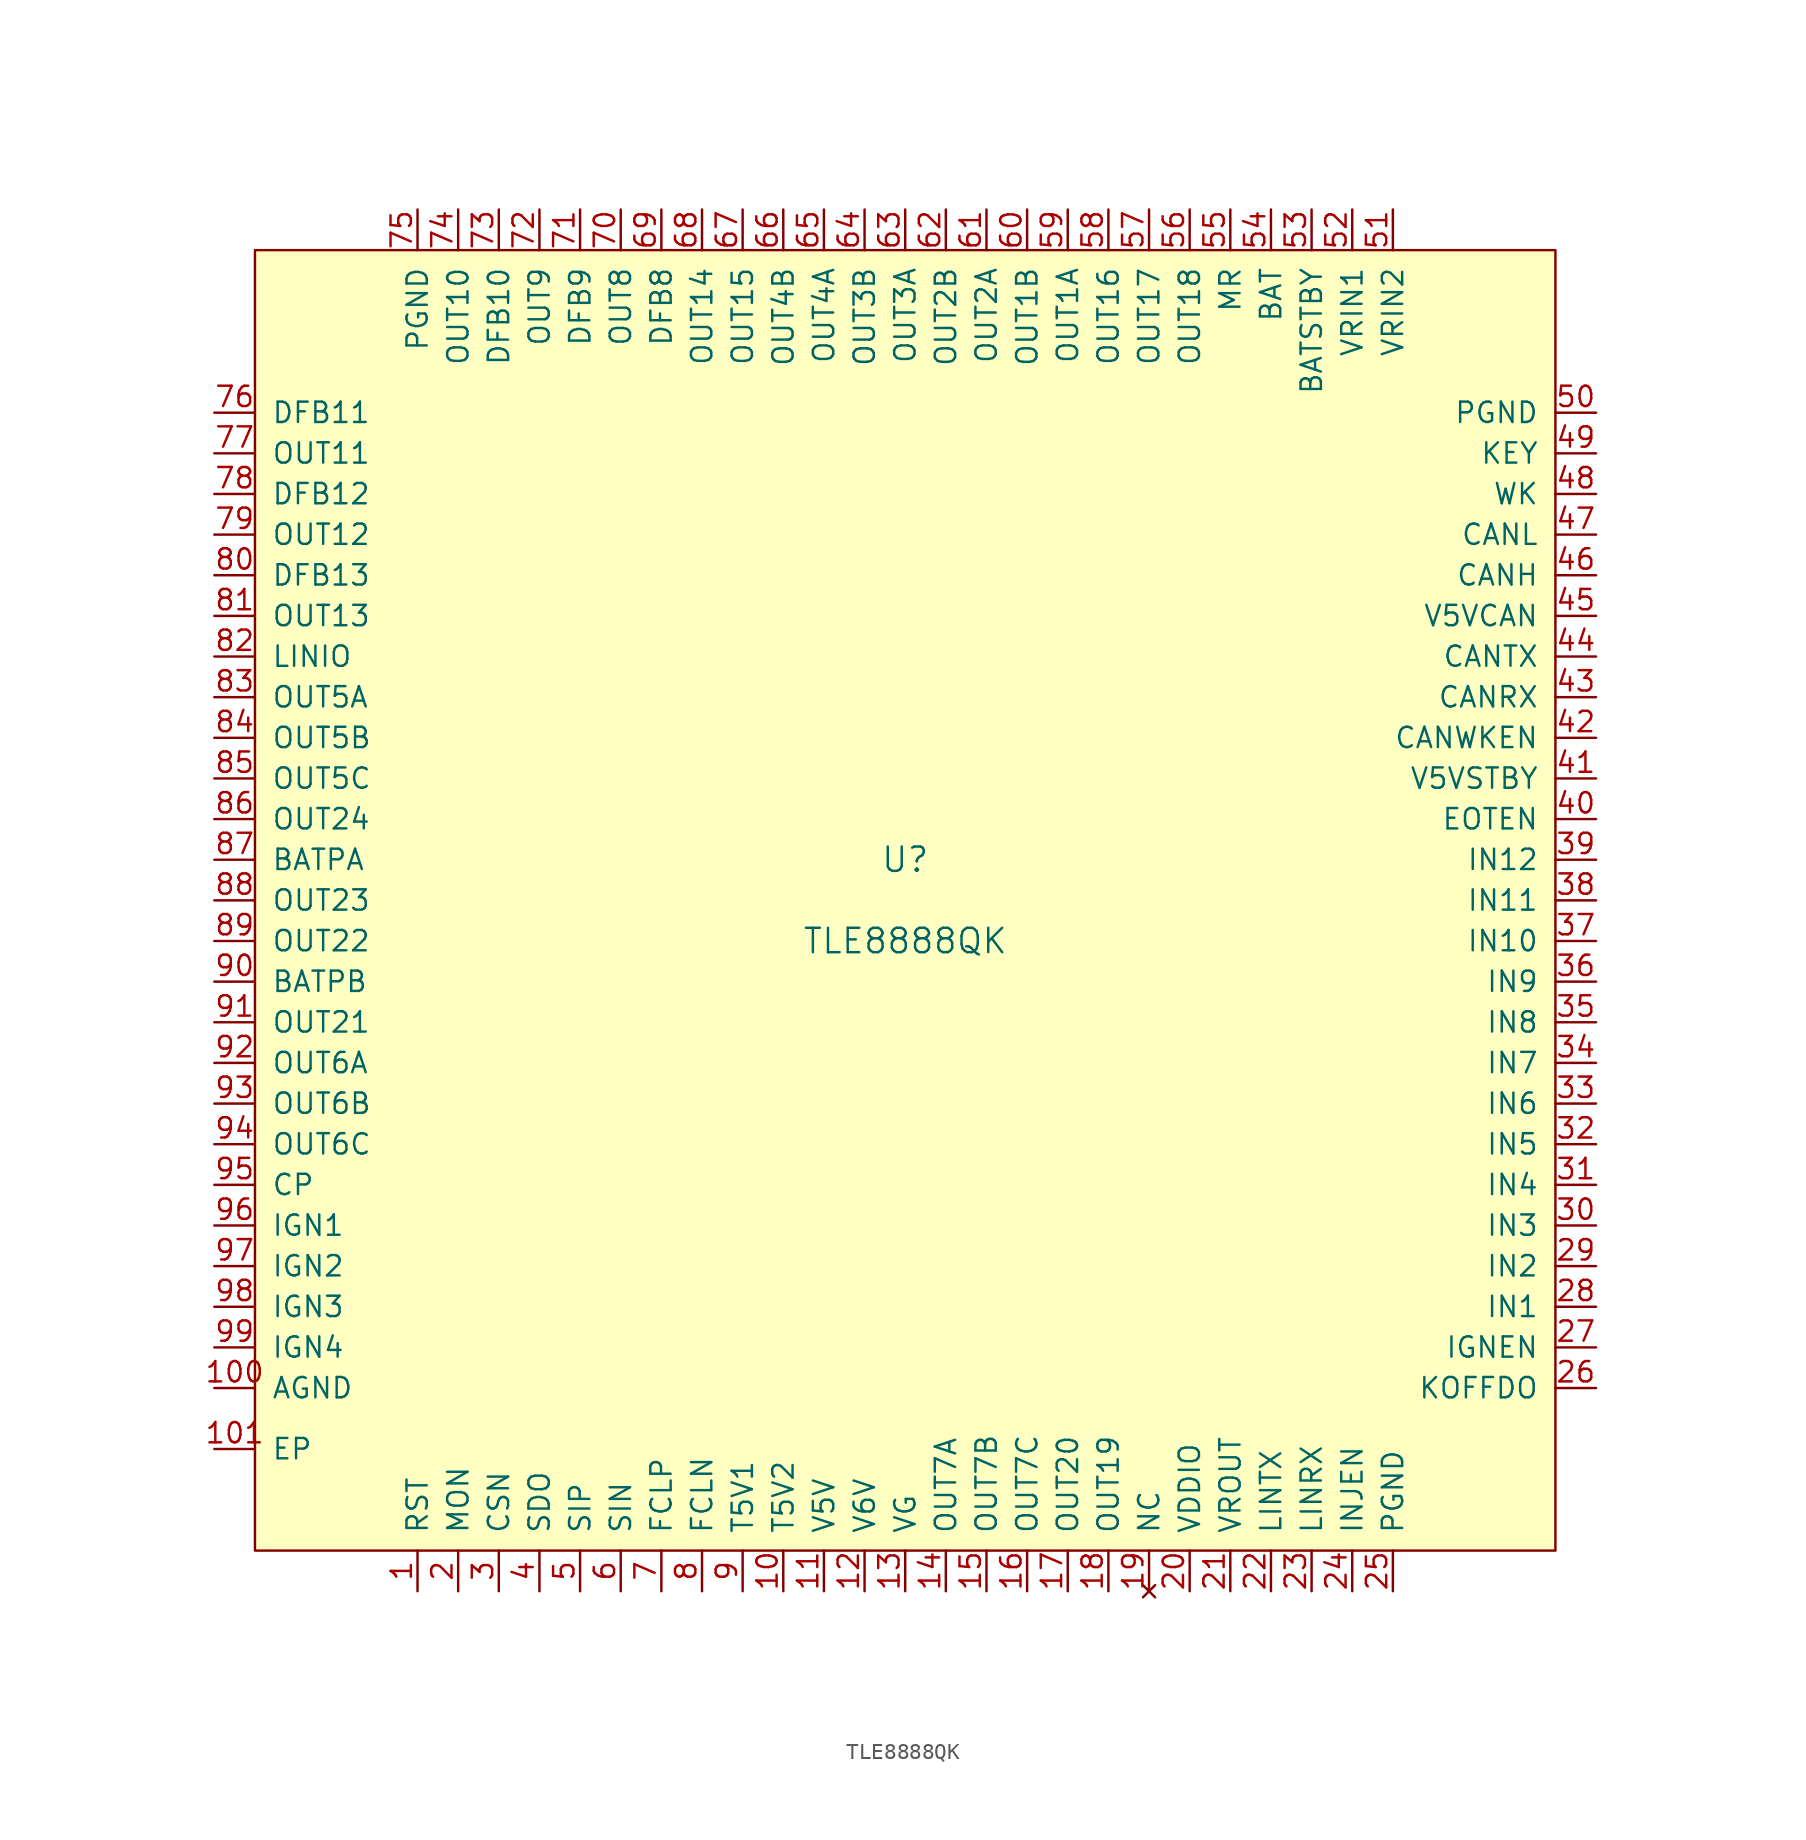
<source format=kicad_sym>
(kicad_symbol_lib
  (version 20211014)
  (generator kicad_symbol_editor)
  (symbol "TLE8888QK"
    (pin_names
      (offset 1.016))
    (property "Reference" "U"
      (at 0 2.54 0)
      (effects (font (size 1.524 1.524))))
    (property "Value" "TLE8888QK"
      (at 0 -2.54 0)
      (effects (font (size 1.524 1.524))))
    (symbol "TLE8888QK_0_1"
      (rectangle (start -40.64 40.64) (end 40.64 -40.64) (stroke (width 0) (type default) (color 0 0 0 0)) (fill (type background))))
    (symbol "TLE8888QK_1_1"
      (pin bidirectional line (at -30.48 -43.18 90) (length 2.54) (name "RST" (effects (font (size 1.27 1.27)))) (number "1" (effects (font (size 1.27 1.27)))))
      (pin power_out line (at -7.62 -43.18 90) (length 2.54) (name "T5V2" (effects (font (size 1.27 1.27)))) (number "10" (effects (font (size 1.27 1.27)))))
      (pin power_in line (at -43.18 -30.48 0) (length 2.54) (name "AGND" (effects (font (size 1.27 1.27)))) (number "100" (effects (font (size 1.27 1.27)))))
      (pin power_in line (at -43.18 -34.29 0) (length 2.54) (name "EP" (effects (font (size 1.27 1.27)))) (number "101" (effects (font (size 1.27 1.27)))))
      (pin power_out line (at -5.08 -43.18 90) (length 2.54) (name "V5V" (effects (font (size 1.27 1.27)))) (number "11" (effects (font (size 1.27 1.27)))))
      (pin power_in line (at -2.54 -43.18 90) (length 2.54) (name "V6V" (effects (font (size 1.27 1.27)))) (number "12" (effects (font (size 1.27 1.27)))))
      (pin output line (at 0 -43.18 90) (length 2.54) (name "VG" (effects (font (size 1.27 1.27)))) (number "13" (effects (font (size 1.27 1.27)))))
      (pin output line (at 2.54 -43.18 90) (length 2.54) (name "OUT7A" (effects (font (size 1.27 1.27)))) (number "14" (effects (font (size 1.27 1.27)))))
      (pin output line (at 5.08 -43.18 90) (length 2.54) (name "OUT7B" (effects (font (size 1.27 1.27)))) (number "15" (effects (font (size 1.27 1.27)))))
      (pin output line (at 7.62 -43.18 90) (length 2.54) (name "OUT7C" (effects (font (size 1.27 1.27)))) (number "16" (effects (font (size 1.27 1.27)))))
      (pin output line (at 10.16 -43.18 90) (length 2.54) (name "OUT20" (effects (font (size 1.27 1.27)))) (number "17" (effects (font (size 1.27 1.27)))))
      (pin output line (at 12.7 -43.18 90) (length 2.54) (name "OUT19" (effects (font (size 1.27 1.27)))) (number "18" (effects (font (size 1.27 1.27)))))
      (pin no_connect line (at 15.24 -43.18 90) (length 2.54) (name "NC" (effects (font (size 1.27 1.27)))) (number "19" (effects (font (size 1.27 1.27)))))
      (pin bidirectional line (at -27.94 -43.18 90) (length 2.54) (name "MON" (effects (font (size 1.27 1.27)))) (number "2" (effects (font (size 1.27 1.27)))))
      (pin power_in line (at 17.78 -43.18 90) (length 2.54) (name "VDDIO" (effects (font (size 1.27 1.27)))) (number "20" (effects (font (size 1.27 1.27)))))
      (pin output line (at 20.32 -43.18 90) (length 2.54) (name "VROUT" (effects (font (size 1.27 1.27)))) (number "21" (effects (font (size 1.27 1.27)))))
      (pin input line (at 22.86 -43.18 90) (length 2.54) (name "LINTX" (effects (font (size 1.27 1.27)))) (number "22" (effects (font (size 1.27 1.27)))))
      (pin output line (at 25.4 -43.18 90) (length 2.54) (name "LINRX" (effects (font (size 1.27 1.27)))) (number "23" (effects (font (size 1.27 1.27)))))
      (pin input line (at 27.94 -43.18 90) (length 2.54) (name "INJEN" (effects (font (size 1.27 1.27)))) (number "24" (effects (font (size 1.27 1.27)))))
      (pin power_in line (at 30.48 -43.18 90) (length 2.54) (name "PGND" (effects (font (size 1.27 1.27)))) (number "25" (effects (font (size 1.27 1.27)))))
      (pin output line (at 43.18 -30.48 180) (length 2.54) (name "KOFFDO" (effects (font (size 1.27 1.27)))) (number "26" (effects (font (size 1.27 1.27)))))
      (pin input line (at 43.18 -27.94 180) (length 2.54) (name "IGNEN" (effects (font (size 1.27 1.27)))) (number "27" (effects (font (size 1.27 1.27)))))
      (pin input line (at 43.18 -25.4 180) (length 2.54) (name "IN1" (effects (font (size 1.27 1.27)))) (number "28" (effects (font (size 1.27 1.27)))))
      (pin input line (at 43.18 -22.86 180) (length 2.54) (name "IN2" (effects (font (size 1.27 1.27)))) (number "29" (effects (font (size 1.27 1.27)))))
      (pin input line (at -25.4 -43.18 90) (length 2.54) (name "CSN" (effects (font (size 1.27 1.27)))) (number "3" (effects (font (size 1.27 1.27)))))
      (pin input line (at 43.18 -20.32 180) (length 2.54) (name "IN3" (effects (font (size 1.27 1.27)))) (number "30" (effects (font (size 1.27 1.27)))))
      (pin input line (at 43.18 -17.78 180) (length 2.54) (name "IN4" (effects (font (size 1.27 1.27)))) (number "31" (effects (font (size 1.27 1.27)))))
      (pin input line (at 43.18 -15.24 180) (length 2.54) (name "IN5" (effects (font (size 1.27 1.27)))) (number "32" (effects (font (size 1.27 1.27)))))
      (pin input line (at 43.18 -12.7 180) (length 2.54) (name "IN6" (effects (font (size 1.27 1.27)))) (number "33" (effects (font (size 1.27 1.27)))))
      (pin input line (at 43.18 -10.16 180) (length 2.54) (name "IN7" (effects (font (size 1.27 1.27)))) (number "34" (effects (font (size 1.27 1.27)))))
      (pin input line (at 43.18 -7.62 180) (length 2.54) (name "IN8" (effects (font (size 1.27 1.27)))) (number "35" (effects (font (size 1.27 1.27)))))
      (pin input line (at 43.18 -5.08 180) (length 2.54) (name "IN9" (effects (font (size 1.27 1.27)))) (number "36" (effects (font (size 1.27 1.27)))))
      (pin input line (at 43.18 -2.54 180) (length 2.54) (name "IN10" (effects (font (size 1.27 1.27)))) (number "37" (effects (font (size 1.27 1.27)))))
      (pin input line (at 43.18 0 180) (length 2.54) (name "IN11" (effects (font (size 1.27 1.27)))) (number "38" (effects (font (size 1.27 1.27)))))
      (pin input line (at 43.18 2.54 180) (length 2.54) (name "IN12" (effects (font (size 1.27 1.27)))) (number "39" (effects (font (size 1.27 1.27)))))
      (pin output line (at -22.86 -43.18 90) (length 2.54) (name "SDO" (effects (font (size 1.27 1.27)))) (number "4" (effects (font (size 1.27 1.27)))))
      (pin input line (at 43.18 5.08 180) (length 2.54) (name "EOTEN" (effects (font (size 1.27 1.27)))) (number "40" (effects (font (size 1.27 1.27)))))
      (pin power_out line (at 43.18 7.62 180) (length 2.54) (name "V5VSTBY" (effects (font (size 1.27 1.27)))) (number "41" (effects (font (size 1.27 1.27)))))
      (pin input line (at 43.18 10.16 180) (length 2.54) (name "CANWKEN" (effects (font (size 1.27 1.27)))) (number "42" (effects (font (size 1.27 1.27)))))
      (pin output line (at 43.18 12.7 180) (length 2.54) (name "CANRX" (effects (font (size 1.27 1.27)))) (number "43" (effects (font (size 1.27 1.27)))))
      (pin input line (at 43.18 15.24 180) (length 2.54) (name "CANTX" (effects (font (size 1.27 1.27)))) (number "44" (effects (font (size 1.27 1.27)))))
      (pin power_in line (at 43.18 17.78 180) (length 2.54) (name "V5VCAN" (effects (font (size 1.27 1.27)))) (number "45" (effects (font (size 1.27 1.27)))))
      (pin bidirectional line (at 43.18 20.32 180) (length 2.54) (name "CANH" (effects (font (size 1.27 1.27)))) (number "46" (effects (font (size 1.27 1.27)))))
      (pin bidirectional line (at 43.18 22.86 180) (length 2.54) (name "CANL" (effects (font (size 1.27 1.27)))) (number "47" (effects (font (size 1.27 1.27)))))
      (pin input line (at 43.18 25.4 180) (length 2.54) (name "WK" (effects (font (size 1.27 1.27)))) (number "48" (effects (font (size 1.27 1.27)))))
      (pin input line (at 43.18 27.94 180) (length 2.54) (name "KEY" (effects (font (size 1.27 1.27)))) (number "49" (effects (font (size 1.27 1.27)))))
      (pin input line (at -20.32 -43.18 90) (length 2.54) (name "SIP" (effects (font (size 1.27 1.27)))) (number "5" (effects (font (size 1.27 1.27)))))
      (pin power_in line (at 43.18 30.48 180) (length 2.54) (name "PGND" (effects (font (size 1.27 1.27)))) (number "50" (effects (font (size 1.27 1.27)))))
      (pin input line (at 30.48 43.18 270) (length 2.54) (name "VRIN2" (effects (font (size 1.27 1.27)))) (number "51" (effects (font (size 1.27 1.27)))))
      (pin input line (at 27.94 43.18 270) (length 2.54) (name "VRIN1" (effects (font (size 1.27 1.27)))) (number "52" (effects (font (size 1.27 1.27)))))
      (pin power_in line (at 25.4 43.18 270) (length 2.54) (name "BATSTBY" (effects (font (size 1.27 1.27)))) (number "53" (effects (font (size 1.27 1.27)))))
      (pin power_in line (at 22.86 43.18 270) (length 2.54) (name "BAT" (effects (font (size 1.27 1.27)))) (number "54" (effects (font (size 1.27 1.27)))))
      (pin output line (at 20.32 43.18 270) (length 2.54) (name "MR" (effects (font (size 1.27 1.27)))) (number "55" (effects (font (size 1.27 1.27)))))
      (pin output line (at 17.78 43.18 270) (length 2.54) (name "OUT18" (effects (font (size 1.27 1.27)))) (number "56" (effects (font (size 1.27 1.27)))))
      (pin output line (at 15.24 43.18 270) (length 2.54) (name "OUT17" (effects (font (size 1.27 1.27)))) (number "57" (effects (font (size 1.27 1.27)))))
      (pin output line (at 12.7 43.18 270) (length 2.54) (name "OUT16" (effects (font (size 1.27 1.27)))) (number "58" (effects (font (size 1.27 1.27)))))
      (pin output line (at 10.16 43.18 270) (length 2.54) (name "OUT1A" (effects (font (size 1.27 1.27)))) (number "59" (effects (font (size 1.27 1.27)))))
      (pin input line (at -17.78 -43.18 90) (length 2.54) (name "SIN" (effects (font (size 1.27 1.27)))) (number "6" (effects (font (size 1.27 1.27)))))
      (pin output line (at 7.62 43.18 270) (length 2.54) (name "OUT1B" (effects (font (size 1.27 1.27)))) (number "60" (effects (font (size 1.27 1.27)))))
      (pin output line (at 5.08 43.18 270) (length 2.54) (name "OUT2A" (effects (font (size 1.27 1.27)))) (number "61" (effects (font (size 1.27 1.27)))))
      (pin output line (at 2.54 43.18 270) (length 2.54) (name "OUT2B" (effects (font (size 1.27 1.27)))) (number "62" (effects (font (size 1.27 1.27)))))
      (pin output line (at 0 43.18 270) (length 2.54) (name "OUT3A" (effects (font (size 1.27 1.27)))) (number "63" (effects (font (size 1.27 1.27)))))
      (pin output line (at -2.54 43.18 270) (length 2.54) (name "OUT3B" (effects (font (size 1.27 1.27)))) (number "64" (effects (font (size 1.27 1.27)))))
      (pin output line (at -5.08 43.18 270) (length 2.54) (name "OUT4A" (effects (font (size 1.27 1.27)))) (number "65" (effects (font (size 1.27 1.27)))))
      (pin output line (at -7.62 43.18 270) (length 2.54) (name "OUT4B" (effects (font (size 1.27 1.27)))) (number "66" (effects (font (size 1.27 1.27)))))
      (pin output line (at -10.16 43.18 270) (length 2.54) (name "OUT15" (effects (font (size 1.27 1.27)))) (number "67" (effects (font (size 1.27 1.27)))))
      (pin output line (at -12.7 43.18 270) (length 2.54) (name "OUT14" (effects (font (size 1.27 1.27)))) (number "68" (effects (font (size 1.27 1.27)))))
      (pin input line (at -15.24 43.18 270) (length 2.54) (name "DFB8" (effects (font (size 1.27 1.27)))) (number "69" (effects (font (size 1.27 1.27)))))
      (pin input line (at -15.24 -43.18 90) (length 2.54) (name "FCLP" (effects (font (size 1.27 1.27)))) (number "7" (effects (font (size 1.27 1.27)))))
      (pin output line (at -17.78 43.18 270) (length 2.54) (name "OUT8" (effects (font (size 1.27 1.27)))) (number "70" (effects (font (size 1.27 1.27)))))
      (pin input line (at -20.32 43.18 270) (length 2.54) (name "DFB9" (effects (font (size 1.27 1.27)))) (number "71" (effects (font (size 1.27 1.27)))))
      (pin output line (at -22.86 43.18 270) (length 2.54) (name "OUT9" (effects (font (size 1.27 1.27)))) (number "72" (effects (font (size 1.27 1.27)))))
      (pin input line (at -25.4 43.18 270) (length 2.54) (name "DFB10" (effects (font (size 1.27 1.27)))) (number "73" (effects (font (size 1.27 1.27)))))
      (pin output line (at -27.94 43.18 270) (length 2.54) (name "OUT10" (effects (font (size 1.27 1.27)))) (number "74" (effects (font (size 1.27 1.27)))))
      (pin power_in line (at -30.48 43.18 270) (length 2.54) (name "PGND" (effects (font (size 1.27 1.27)))) (number "75" (effects (font (size 1.27 1.27)))))
      (pin input line (at -43.18 30.48 0) (length 2.54) (name "DFB11" (effects (font (size 1.27 1.27)))) (number "76" (effects (font (size 1.27 1.27)))))
      (pin output line (at -43.18 27.94 0) (length 2.54) (name "OUT11" (effects (font (size 1.27 1.27)))) (number "77" (effects (font (size 1.27 1.27)))))
      (pin input line (at -43.18 25.4 0) (length 2.54) (name "DFB12" (effects (font (size 1.27 1.27)))) (number "78" (effects (font (size 1.27 1.27)))))
      (pin output line (at -43.18 22.86 0) (length 2.54) (name "OUT12" (effects (font (size 1.27 1.27)))) (number "79" (effects (font (size 1.27 1.27)))))
      (pin input line (at -12.7 -43.18 90) (length 2.54) (name "FCLN" (effects (font (size 1.27 1.27)))) (number "8" (effects (font (size 1.27 1.27)))))
      (pin input line (at -43.18 20.32 0) (length 2.54) (name "DFB13" (effects (font (size 1.27 1.27)))) (number "80" (effects (font (size 1.27 1.27)))))
      (pin output line (at -43.18 17.78 0) (length 2.54) (name "OUT13" (effects (font (size 1.27 1.27)))) (number "81" (effects (font (size 1.27 1.27)))))
      (pin bidirectional line (at -43.18 15.24 0) (length 2.54) (name "LINIO" (effects (font (size 1.27 1.27)))) (number "82" (effects (font (size 1.27 1.27)))))
      (pin output line (at -43.18 12.7 0) (length 2.54) (name "OUT5A" (effects (font (size 1.27 1.27)))) (number "83" (effects (font (size 1.27 1.27)))))
      (pin output line (at -43.18 10.16 0) (length 2.54) (name "OUT5B" (effects (font (size 1.27 1.27)))) (number "84" (effects (font (size 1.27 1.27)))))
      (pin output line (at -43.18 7.62 0) (length 2.54) (name "OUT5C" (effects (font (size 1.27 1.27)))) (number "85" (effects (font (size 1.27 1.27)))))
      (pin output line (at -43.18 5.08 0) (length 2.54) (name "OUT24" (effects (font (size 1.27 1.27)))) (number "86" (effects (font (size 1.27 1.27)))))
      (pin power_in line (at -43.18 2.54 0) (length 2.54) (name "BATPA" (effects (font (size 1.27 1.27)))) (number "87" (effects (font (size 1.27 1.27)))))
      (pin output line (at -43.18 0 0) (length 2.54) (name "OUT23" (effects (font (size 1.27 1.27)))) (number "88" (effects (font (size 1.27 1.27)))))
      (pin output line (at -43.18 -2.54 0) (length 2.54) (name "OUT22" (effects (font (size 1.27 1.27)))) (number "89" (effects (font (size 1.27 1.27)))))
      (pin power_out line (at -10.16 -43.18 90) (length 2.54) (name "T5V1" (effects (font (size 1.27 1.27)))) (number "9" (effects (font (size 1.27 1.27)))))
      (pin power_in line (at -43.18 -5.08 0) (length 2.54) (name "BATPB" (effects (font (size 1.27 1.27)))) (number "90" (effects (font (size 1.27 1.27)))))
      (pin output line (at -43.18 -7.62 0) (length 2.54) (name "OUT21" (effects (font (size 1.27 1.27)))) (number "91" (effects (font (size 1.27 1.27)))))
      (pin output line (at -43.18 -10.16 0) (length 2.54) (name "OUT6A" (effects (font (size 1.27 1.27)))) (number "92" (effects (font (size 1.27 1.27)))))
      (pin output line (at -43.18 -12.7 0) (length 2.54) (name "OUT6B" (effects (font (size 1.27 1.27)))) (number "93" (effects (font (size 1.27 1.27)))))
      (pin output line (at -43.18 -15.24 0) (length 2.54) (name "OUT6C" (effects (font (size 1.27 1.27)))) (number "94" (effects (font (size 1.27 1.27)))))
      (pin output line (at -43.18 -17.78 0) (length 2.54) (name "CP" (effects (font (size 1.27 1.27)))) (number "95" (effects (font (size 1.27 1.27)))))
      (pin output line (at -43.18 -20.32 0) (length 2.54) (name "IGN1" (effects (font (size 1.27 1.27)))) (number "96" (effects (font (size 1.27 1.27)))))
      (pin output line (at -43.18 -22.86 0) (length 2.54) (name "IGN2" (effects (font (size 1.27 1.27)))) (number "97" (effects (font (size 1.27 1.27)))))
      (pin output line (at -43.18 -25.4 0) (length 2.54) (name "IGN3" (effects (font (size 1.27 1.27)))) (number "98" (effects (font (size 1.27 1.27)))))
      (pin output line (at -43.18 -27.94 0) (length 2.54) (name "IGN4" (effects (font (size 1.27 1.27)))) (number "99" (effects (font (size 1.27 1.27))))))))
</source>
